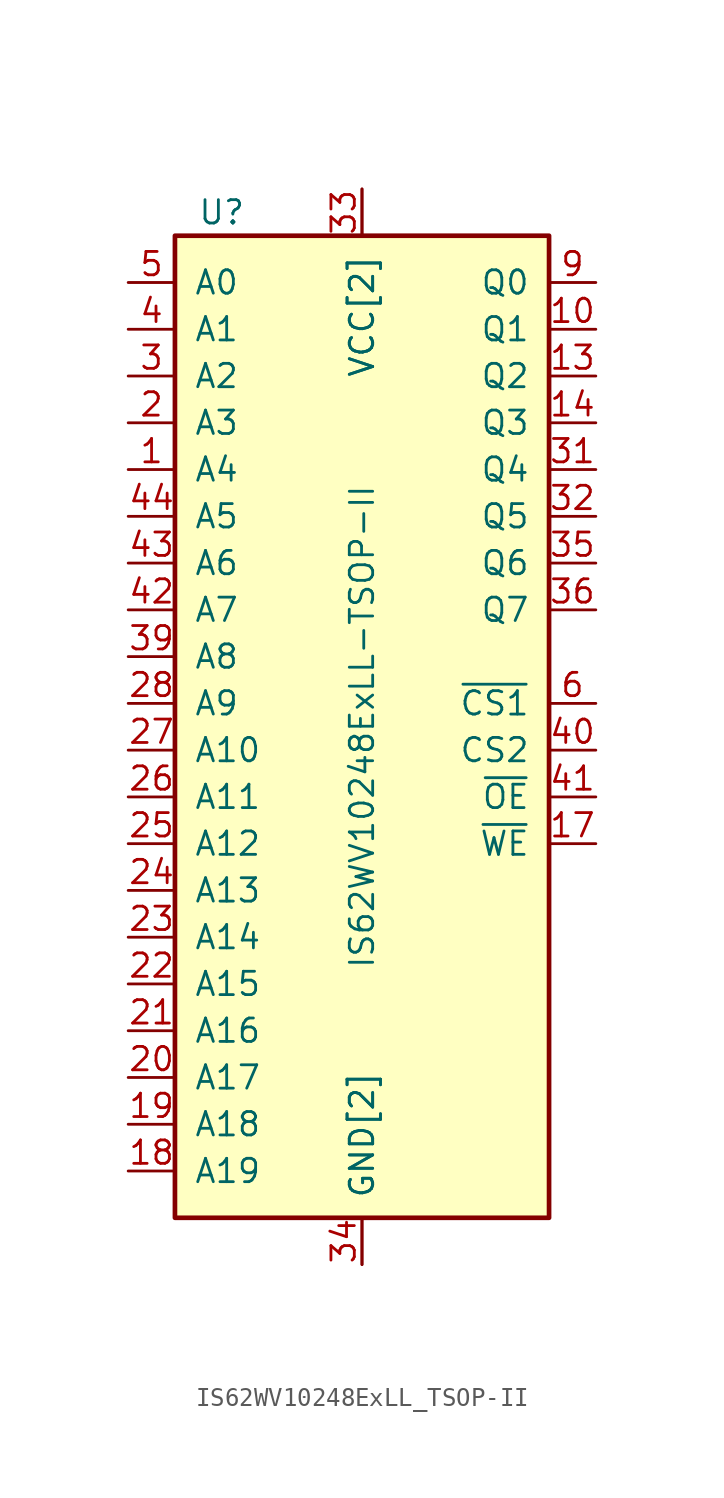
<source format=kicad_sym>
(kicad_symbol_lib
  (version 20231120)
  (generator "kicad_symbol_editor")
  (generator_version "8.0")
  (symbol "IS62WV10248ExLL_TSOP-II"
    (pin_names
      (offset 1.016))
    (property "Reference" "U"
      (at -7.62 27.94 0)
      (effects (font (size 1.27 1.27))))
    (property "Value" "IS62WV10248ExLL-TSOP-II"
      (at 0 0 90)
      (effects (font (size 1.27 1.27))))
    (symbol "IS62WV10248ExLL_TSOP-II_0_1"
      (rectangle (start -10.16 26.67) (end 10.16 -26.67) (stroke (width 0.254) (type solid)) (fill (type background))))
    (symbol "IS62WV10248ExLL_TSOP-II_1_1"
      (pin input line (at -12.7 13.97 0) (length 2.54) (name "A4" (effects (font (size 1.27 1.27)))) (number "1" (effects (font (size 1.27 1.27)))))
      (pin tri_state line (at 12.7 21.59 180) (length 2.54) (name "Q1" (effects (font (size 1.27 1.27)))) (number "10" (effects (font (size 1.27 1.27)))))
      (pin power_in line (at 0 29.21 270) (length 2.54) (name "VCC[2]" (effects (font (size 1.27 1.27)))) (number "11" (effects (font (size 0 0)))))
      (pin power_in line (at 0 -29.21 90) (length 2.54) (name "GND[2]" (effects (font (size 1.27 1.27)))) (number "12" (effects (font (size 0 0)))))
      (pin tri_state line (at 12.7 19.05 180) (length 2.54) (name "Q2" (effects (font (size 1.27 1.27)))) (number "13" (effects (font (size 1.27 1.27)))))
      (pin tri_state line (at 12.7 16.51 180) (length 2.54) (name "Q3" (effects (font (size 1.27 1.27)))) (number "14" (effects (font (size 1.27 1.27)))))
      (pin no_connect line (at 12.7 -17.78 180) (length 2.54) hide (name "NC" (effects (font (size 0.889 0.889)))) (number "15" (effects (font (size 0.889 0.889)))))
      (pin no_connect line (at 12.7 -19.05 180) (length 2.54) hide (name "NC" (effects (font (size 0.889 0.889)))) (number "16" (effects (font (size 0.889 0.889)))))
      (pin input line (at 12.7 -6.35 180) (length 2.54) (name "~{WE}" (effects (font (size 1.27 1.27)))) (number "17" (effects (font (size 1.27 1.27)))))
      (pin input line (at -12.7 -24.13 0) (length 2.54) (name "A19" (effects (font (size 1.27 1.27)))) (number "18" (effects (font (size 1.27 1.27)))))
      (pin input line (at -12.7 -21.59 0) (length 2.54) (name "A18" (effects (font (size 1.27 1.27)))) (number "19" (effects (font (size 1.27 1.27)))))
      (pin input line (at -12.7 16.51 0) (length 2.54) (name "A3" (effects (font (size 1.27 1.27)))) (number "2" (effects (font (size 1.27 1.27)))))
      (pin input line (at -12.7 -19.05 0) (length 2.54) (name "A17" (effects (font (size 1.27 1.27)))) (number "20" (effects (font (size 1.27 1.27)))))
      (pin input line (at -12.7 -16.51 0) (length 2.54) (name "A16" (effects (font (size 1.27 1.27)))) (number "21" (effects (font (size 1.27 1.27)))))
      (pin input line (at -12.7 -13.97 0) (length 2.54) (name "A15" (effects (font (size 1.27 1.27)))) (number "22" (effects (font (size 1.27 1.27)))))
      (pin input line (at -12.7 -11.43 0) (length 2.54) (name "A14" (effects (font (size 1.27 1.27)))) (number "23" (effects (font (size 1.27 1.27)))))
      (pin input line (at -12.7 -8.89 0) (length 2.54) (name "A13" (effects (font (size 1.27 1.27)))) (number "24" (effects (font (size 1.27 1.27)))))
      (pin input line (at -12.7 -6.35 0) (length 2.54) (name "A12" (effects (font (size 1.27 1.27)))) (number "25" (effects (font (size 1.27 1.27)))))
      (pin input line (at -12.7 -3.81 0) (length 2.54) (name "A11" (effects (font (size 1.27 1.27)))) (number "26" (effects (font (size 1.27 1.27)))))
      (pin input line (at -12.7 -1.27 0) (length 2.54) (name "A10" (effects (font (size 1.27 1.27)))) (number "27" (effects (font (size 1.27 1.27)))))
      (pin input line (at -12.7 1.27 0) (length 2.54) (name "A9" (effects (font (size 1.27 1.27)))) (number "28" (effects (font (size 1.27 1.27)))))
      (pin no_connect line (at 12.7 -20.32 180) (length 2.54) hide (name "NC" (effects (font (size 0.889 0.889)))) (number "29" (effects (font (size 0.889 0.889)))))
      (pin input line (at -12.7 19.05 0) (length 2.54) (name "A2" (effects (font (size 1.27 1.27)))) (number "3" (effects (font (size 1.27 1.27)))))
      (pin no_connect line (at 12.7 -21.59 180) (length 2.54) hide (name "NC" (effects (font (size 0.889 0.889)))) (number "30" (effects (font (size 0.889 0.889)))))
      (pin tri_state line (at 12.7 13.97 180) (length 2.54) (name "Q4" (effects (font (size 1.27 1.27)))) (number "31" (effects (font (size 1.27 1.27)))))
      (pin tri_state line (at 12.7 11.43 180) (length 2.54) (name "Q5" (effects (font (size 1.27 1.27)))) (number "32" (effects (font (size 1.27 1.27)))))
      (pin power_in line (at 0 29.21 270) (length 2.54) (name "VCC[2]" (effects (font (size 1.27 1.27)))) (number "33" (effects (font (size 1.27 1.27)))))
      (pin power_in line (at 0 -29.21 90) (length 2.54) (name "GND[2]" (effects (font (size 1.27 1.27)))) (number "34" (effects (font (size 1.27 1.27)))))
      (pin tri_state line (at 12.7 8.89 180) (length 2.54) (name "Q6" (effects (font (size 1.27 1.27)))) (number "35" (effects (font (size 1.27 1.27)))))
      (pin tri_state line (at 12.7 6.35 180) (length 2.54) (name "Q7" (effects (font (size 1.27 1.27)))) (number "36" (effects (font (size 1.27 1.27)))))
      (pin no_connect line (at 12.7 -22.86 180) (length 2.54) hide (name "NC" (effects (font (size 0.889 0.889)))) (number "37" (effects (font (size 0.889 0.889)))))
      (pin no_connect line (at 12.7 -24.13 180) (length 2.54) hide (name "NC" (effects (font (size 0.889 0.889)))) (number "38" (effects (font (size 0.889 0.889)))))
      (pin input line (at -12.7 3.81 0) (length 2.54) (name "A8" (effects (font (size 1.27 1.27)))) (number "39" (effects (font (size 1.27 1.27)))))
      (pin input line (at -12.7 21.59 0) (length 2.54) (name "A1" (effects (font (size 1.27 1.27)))) (number "4" (effects (font (size 1.27 1.27)))))
      (pin input line (at 12.7 -1.27 180) (length 2.54) (name "CS2" (effects (font (size 1.27 1.27)))) (number "40" (effects (font (size 1.27 1.27)))))
      (pin input line (at 12.7 -3.81 180) (length 2.54) (name "~{OE}" (effects (font (size 1.27 1.27)))) (number "41" (effects (font (size 1.27 1.27)))))
      (pin input line (at -12.7 6.35 0) (length 2.54) (name "A7" (effects (font (size 1.27 1.27)))) (number "42" (effects (font (size 1.27 1.27)))))
      (pin input line (at -12.7 8.89 0) (length 2.54) (name "A6" (effects (font (size 1.27 1.27)))) (number "43" (effects (font (size 1.27 1.27)))))
      (pin input line (at -12.7 11.43 0) (length 2.54) (name "A5" (effects (font (size 1.27 1.27)))) (number "44" (effects (font (size 1.27 1.27)))))
      (pin input line (at -12.7 24.13 0) (length 2.54) (name "A0" (effects (font (size 1.27 1.27)))) (number "5" (effects (font (size 1.27 1.27)))))
      (pin input line (at 12.7 1.27 180) (length 2.54) (name "~{CS1}" (effects (font (size 1.27 1.27)))) (number "6" (effects (font (size 1.27 1.27)))))
      (pin no_connect line (at 12.7 -15.24 180) (length 2.54) hide (name "NC" (effects (font (size 0.889 0.889)))) (number "7" (effects (font (size 0.889 0.889)))))
      (pin no_connect line (at 12.7 -16.51 180) (length 2.54) hide (name "NC" (effects (font (size 0.889 0.889)))) (number "8" (effects (font (size 0.889 0.889)))))
      (pin tri_state line (at 12.7 24.13 180) (length 2.54) (name "Q0" (effects (font (size 1.27 1.27)))) (number "9" (effects (font (size 1.27 1.27))))))))
</source>
